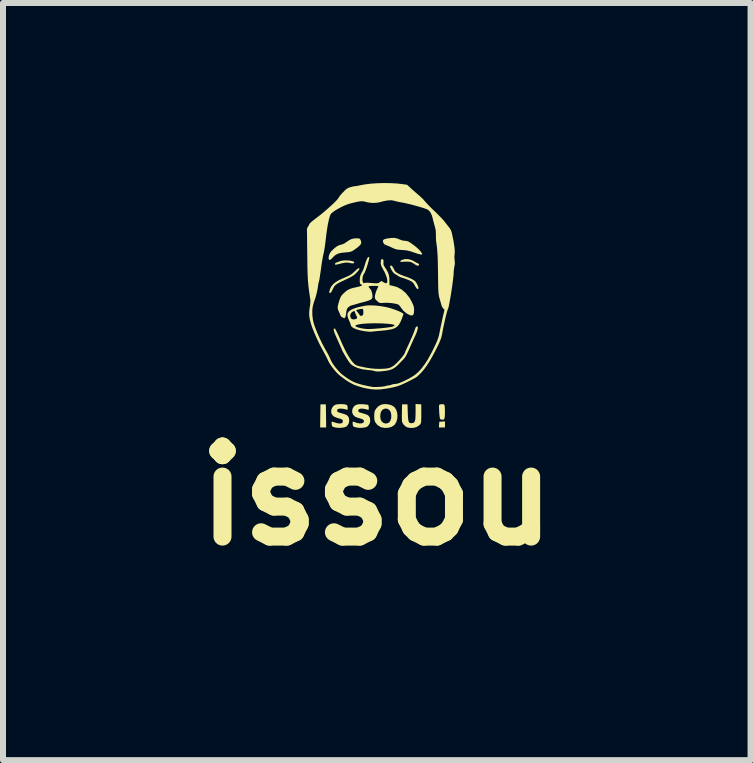
<source format=kicad_pcb>
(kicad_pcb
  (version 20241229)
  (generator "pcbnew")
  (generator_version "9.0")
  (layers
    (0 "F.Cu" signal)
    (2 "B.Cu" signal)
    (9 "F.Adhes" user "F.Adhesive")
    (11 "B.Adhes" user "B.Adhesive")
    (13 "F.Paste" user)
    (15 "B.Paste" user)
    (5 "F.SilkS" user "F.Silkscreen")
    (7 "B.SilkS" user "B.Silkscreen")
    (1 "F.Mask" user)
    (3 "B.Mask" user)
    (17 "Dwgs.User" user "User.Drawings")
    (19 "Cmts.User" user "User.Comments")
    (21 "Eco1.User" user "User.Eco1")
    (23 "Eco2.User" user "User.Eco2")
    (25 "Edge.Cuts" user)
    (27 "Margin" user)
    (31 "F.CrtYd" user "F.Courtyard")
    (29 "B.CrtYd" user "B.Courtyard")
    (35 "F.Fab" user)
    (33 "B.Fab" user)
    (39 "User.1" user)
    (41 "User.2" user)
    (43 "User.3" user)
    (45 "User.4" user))
  (footprint "issou"
    (layer "F.Cu")
    (at 3.315 2.213)
    (property "Reference" "issou" (at -0.086 3 0) (layer "F.SilkS") (effects (font (size 1.5 1.5) (thickness 0.3))))
    (attr board_only exclude_from_pos_files exclude_from_bom)
    (fp_poly (pts (xy -0.932 1.667) (xy -0.93 1.86) (xy -0.98 1.86) (xy -1.03 1.86) (xy -1.028 1.667) (xy -1.025 1.475) (xy -0.98 1.475) (xy -0.935 1.475)) (stroke (width 0) (type solid)) (fill yes) (layer "F.SilkS"))
    (fp_poly (pts (xy 1.05 1.809) (xy 1.05 1.86) (xy 0.999 1.86) (xy 0.949 1.86) (xy 0.952 1.812) (xy 0.955 1.765) (xy 1.002 1.762) (xy 1.05 1.759)) (stroke (width 0) (type solid)) (fill yes) (layer "F.SilkS"))
    (fp_poly (pts (xy -0.568 -0.923) (xy -0.528 -0.919) (xy -0.495 -0.912) (xy -0.471 -0.903) (xy -0.461 -0.891) (xy -0.466 -0.88) (xy -0.48 -0.874) (xy -0.505 -0.875) (xy -0.536 -0.881) (xy -0.562 -0.886) (xy -0.585 -0.888) (xy -0.609 -0.887) (xy -0.639 -0.882) (xy -0.679 -0.873) (xy -0.733 -0.86) (xy -0.755 -0.854) (xy -0.775 -0.853) (xy -0.783 -0.856) (xy -0.783 -0.868) (xy -0.773 -0.882) (xy -0.758 -0.89) (xy -0.756 -0.89) (xy -0.74 -0.894) (xy -0.719 -0.903) (xy -0.69 -0.914) (xy -0.652 -0.921) (xy -0.61 -0.924)) (stroke (width 0) (type solid)) (fill yes) (layer "F.SilkS"))
    (fp_poly (pts (xy 0.442 -0.944) (xy 0.498 -0.928) (xy 0.533 -0.91) (xy 0.563 -0.892) (xy 0.59 -0.879) (xy 0.599 -0.875) (xy 0.616 -0.864) (xy 0.618 -0.852) (xy 0.608 -0.836) (xy 0.587 -0.836) (xy 0.575 -0.842) (xy 0.554 -0.854) (xy 0.527 -0.872) (xy 0.517 -0.878) (xy 0.491 -0.893) (xy 0.465 -0.9) (xy 0.429 -0.903) (xy 0.412 -0.903) (xy 0.375 -0.902) (xy 0.343 -0.901) (xy 0.326 -0.899) (xy 0.308 -0.899) (xy 0.304 -0.907) (xy 0.314 -0.92) (xy 0.337 -0.934) (xy 0.338 -0.934) (xy 0.387 -0.946)) (stroke (width 0) (type solid)) (fill yes) (layer "F.SilkS"))
    (fp_poly (pts (xy 1.02 1.473) (xy 1.032 1.476) (xy 1.04 1.483) (xy 1.044 1.498) (xy 1.047 1.526) (xy 1.048 1.561) (xy 1.049 1.606) (xy 1.048 1.65) (xy 1.046 1.683) (xy 1.045 1.688) (xy 1.04 1.714) (xy 1.032 1.726) (xy 1.015 1.73) (xy 1.005 1.73) (xy 0.977 1.725) (xy 0.966 1.713) (xy 0.963 1.697) (xy 0.959 1.665) (xy 0.955 1.624) (xy 0.953 1.589) (xy 0.951 1.541) (xy 0.95 1.51) (xy 0.951 1.492) (xy 0.956 1.482) (xy 0.963 1.477) (xy 0.971 1.475) (xy 1.001 1.472)) (stroke (width 0) (type solid)) (fill yes) (layer "F.SilkS"))
    (fp_poly (pts (xy -0.382 -1.29) (xy -0.369 -1.282) (xy -0.359 -1.268) (xy -0.355 -1.26) (xy -0.345 -1.231) (xy -0.347 -1.205) (xy -0.364 -1.179) (xy -0.397 -1.148) (xy -0.418 -1.132) (xy -0.459 -1.102) (xy -0.49 -1.082) (xy -0.517 -1.07) (xy -0.545 -1.063) (xy -0.581 -1.059) (xy -0.618 -1.056) (xy -0.683 -1.049) (xy -0.733 -1.036) (xy -0.774 -1.015) (xy -0.81 -0.984) (xy -0.822 -0.97) (xy -0.849 -0.943) (xy -0.868 -0.931) (xy -0.881 -0.935) (xy -0.885 -0.941) (xy -0.89 -0.964) (xy -0.885 -0.998) (xy -0.873 -1.033) (xy -0.854 -1.065) (xy -0.847 -1.074) (xy -0.792 -1.127) (xy -0.744 -1.163) (xy -0.699 -1.182) (xy -0.686 -1.184) (xy -0.633 -1.202) (xy -0.593 -1.229) (xy -0.546 -1.261) (xy -0.504 -1.281) (xy -0.459 -1.29) (xy -0.44 -1.291) (xy -0.404 -1.292)) (stroke (width 0) (type solid)) (fill yes) (layer "F.SilkS"))
    (fp_poly (pts (xy -0.378 -0.792) (xy -0.375 -0.783) (xy -0.383 -0.767) (xy -0.403 -0.742) (xy -0.42 -0.723) (xy -0.446 -0.697) (xy -0.472 -0.675) (xy -0.502 -0.656) (xy -0.542 -0.635) (xy -0.595 -0.609) (xy -0.596 -0.609) (xy -0.66 -0.579) (xy -0.708 -0.556) (xy -0.743 -0.536) (xy -0.769 -0.518) (xy -0.788 -0.5) (xy -0.802 -0.48) (xy -0.814 -0.455) (xy -0.82 -0.444) (xy -0.838 -0.408) (xy -0.854 -0.386) (xy -0.864 -0.38) (xy -0.878 -0.386) (xy -0.88 -0.391) (xy -0.877 -0.406) (xy -0.869 -0.433) (xy -0.863 -0.453) (xy -0.843 -0.492) (xy -0.813 -0.528) (xy -0.77 -0.563) (xy -0.713 -0.597) (xy -0.638 -0.631) (xy -0.593 -0.65) (xy -0.544 -0.672) (xy -0.504 -0.697) (xy -0.464 -0.732) (xy -0.453 -0.743) (xy -0.42 -0.773) (xy -0.399 -0.79) (xy -0.385 -0.795)) (stroke (width 0) (type solid)) (fill yes) (layer "F.SilkS"))
    (fp_poly (pts (xy 0.247 -1.291) (xy 0.287 -1.276) (xy 0.288 -1.275) (xy 0.339 -1.256) (xy 0.383 -1.25) (xy 0.415 -1.247) (xy 0.445 -1.236) (xy 0.481 -1.213) (xy 0.539 -1.171) (xy 0.589 -1.13) (xy 0.629 -1.091) (xy 0.656 -1.058) (xy 0.669 -1.032) (xy 0.67 -1.025) (xy 0.661 -1.021) (xy 0.635 -1.024) (xy 0.593 -1.035) (xy 0.537 -1.055) (xy 0.53 -1.057) (xy 0.473 -1.076) (xy 0.424 -1.088) (xy 0.371 -1.095) (xy 0.335 -1.097) (xy 0.285 -1.101) (xy 0.247 -1.106) (xy 0.216 -1.115) (xy 0.183 -1.129) (xy 0.17 -1.135) (xy 0.132 -1.153) (xy 0.094 -1.169) (xy 0.068 -1.179) (xy 0.039 -1.194) (xy 0.022 -1.218) (xy 0.021 -1.222) (xy 0.015 -1.248) (xy 0.022 -1.266) (xy 0.044 -1.278) (xy 0.082 -1.288) (xy 0.096 -1.29) (xy 0.157 -1.298) (xy 0.206 -1.299)) (stroke (width 0) (type solid)) (fill yes) (layer "F.SilkS"))
    (fp_poly (pts (xy 0.608 1.472) (xy 0.655 1.475) (xy 0.655 1.632) (xy 0.655 1.691) (xy 0.654 1.734) (xy 0.653 1.763) (xy 0.649 1.783) (xy 0.644 1.797) (xy 0.637 1.808) (xy 0.63 1.816) (xy 0.586 1.848) (xy 0.532 1.866) (xy 0.471 1.868) (xy 0.423 1.859) (xy 0.392 1.842) (xy 0.361 1.813) (xy 0.34 1.78) (xy 0.335 1.767) (xy 0.333 1.749) (xy 0.332 1.716) (xy 0.331 1.671) (xy 0.332 1.62) (xy 0.332 1.61) (xy 0.335 1.475) (xy 0.38 1.475) (xy 0.425 1.475) (xy 0.43 1.616) (xy 0.433 1.68) (xy 0.437 1.726) (xy 0.443 1.757) (xy 0.452 1.776) (xy 0.466 1.786) (xy 0.485 1.789) (xy 0.499 1.788) (xy 0.521 1.784) (xy 0.537 1.774) (xy 0.548 1.756) (xy 0.555 1.727) (xy 0.558 1.684) (xy 0.56 1.625) (xy 0.56 1.602) (xy 0.56 1.469)) (stroke (width 0) (type solid)) (fill yes) (layer "F.SilkS"))
    (fp_poly (pts (xy 0.167 -0.831) (xy 0.186 -0.803) (xy 0.196 -0.785) (xy 0.213 -0.751) (xy 0.232 -0.729) (xy 0.26 -0.711) (xy 0.278 -0.701) (xy 0.32 -0.682) (xy 0.366 -0.664) (xy 0.39 -0.656) (xy 0.432 -0.642) (xy 0.477 -0.623) (xy 0.5 -0.612) (xy 0.536 -0.591) (xy 0.561 -0.568) (xy 0.582 -0.535) (xy 0.602 -0.492) (xy 0.609 -0.463) (xy 0.603 -0.447) (xy 0.601 -0.446) (xy 0.589 -0.448) (xy 0.578 -0.458) (xy 0.564 -0.477) (xy 0.547 -0.506) (xy 0.54 -0.518) (xy 0.526 -0.542) (xy 0.509 -0.56) (xy 0.484 -0.577) (xy 0.447 -0.595) (xy 0.407 -0.611) (xy 0.37 -0.625) (xy 0.342 -0.633) (xy 0.34 -0.634) (xy 0.308 -0.644) (xy 0.275 -0.66) (xy 0.27 -0.664) (xy 0.24 -0.683) (xy 0.211 -0.701) (xy 0.207 -0.704) (xy 0.19 -0.72) (xy 0.171 -0.746) (xy 0.153 -0.776) (xy 0.14 -0.804) (xy 0.135 -0.825) (xy 0.136 -0.831) (xy 0.149 -0.84)) (stroke (width 0) (type solid)) (fill yes) (layer "F.SilkS"))
    (fp_poly (pts (xy 0.084 1.472) (xy 0.139 1.483) (xy 0.187 1.506) (xy 0.204 1.518) (xy 0.233 1.557) (xy 0.251 1.606) (xy 0.258 1.662) (xy 0.254 1.719) (xy 0.238 1.771) (xy 0.212 1.814) (xy 0.202 1.823) (xy 0.159 1.85) (xy 0.106 1.865) (xy 0.049 1.868) (xy -0.006 1.859) (xy -0.025 1.851) (xy -0.076 1.819) (xy -0.11 1.776) (xy -0.119 1.757) (xy -0.127 1.724) (xy -0.13 1.681) (xy -0.129 1.679) (xy -0.029 1.679) (xy -0.023 1.721) (xy -0.009 1.755) (xy -0.004 1.761) (xy 0.03 1.787) (xy 0.068 1.795) (xy 0.105 1.785) (xy 0.123 1.773) (xy 0.143 1.742) (xy 0.154 1.701) (xy 0.155 1.654) (xy 0.147 1.61) (xy 0.134 1.582) (xy 0.106 1.556) (xy 0.073 1.545) (xy 0.037 1.549) (xy 0.006 1.568) (xy -0.015 1.597) (xy -0.026 1.635) (xy -0.029 1.679) (xy -0.129 1.679) (xy -0.128 1.635) (xy -0.123 1.596) (xy -0.119 1.583) (xy -0.096 1.544) (xy -0.061 1.508) (xy -0.023 1.484) (xy 0.027 1.471)) (stroke (width 0) (type solid)) (fill yes) (layer "F.SilkS"))
    (fp_poly (pts (xy -0.633 1.473) (xy -0.61 1.477) (xy -0.588 1.485) (xy -0.577 1.497) (xy -0.573 1.52) (xy -0.572 1.529) (xy -0.572 1.556) (xy -0.576 1.566) (xy -0.579 1.566) (xy -0.594 1.561) (xy -0.621 1.554) (xy -0.643 1.55) (xy -0.691 1.545) (xy -0.725 1.549) (xy -0.745 1.563) (xy -0.748 1.582) (xy -0.743 1.595) (xy -0.73 1.605) (xy -0.704 1.615) (xy -0.675 1.623) (xy -0.625 1.638) (xy -0.591 1.652) (xy -0.568 1.67) (xy -0.555 1.693) (xy -0.55 1.707) (xy -0.545 1.753) (xy -0.556 1.797) (xy -0.581 1.833) (xy -0.591 1.843) (xy -0.621 1.856) (xy -0.664 1.864) (xy -0.713 1.867) (xy -0.762 1.863) (xy -0.79 1.857) (xy -0.817 1.849) (xy -0.831 1.838) (xy -0.836 1.82) (xy -0.838 1.801) (xy -0.839 1.774) (xy -0.836 1.763) (xy -0.827 1.764) (xy -0.823 1.765) (xy -0.803 1.772) (xy -0.773 1.781) (xy -0.754 1.787) (xy -0.707 1.795) (xy -0.674 1.791) (xy -0.655 1.776) (xy -0.652 1.753) (xy -0.656 1.737) (xy -0.665 1.727) (xy -0.686 1.718) (xy -0.72 1.708) (xy -0.758 1.696) (xy -0.791 1.682) (xy -0.809 1.672) (xy -0.836 1.641) (xy -0.847 1.602) (xy -0.843 1.56) (xy -0.824 1.521) (xy -0.81 1.505) (xy -0.79 1.488) (xy -0.768 1.479) (xy -0.739 1.474) (xy -0.712 1.472) (xy -0.671 1.471)) (stroke (width 0) (type solid)) (fill yes) (layer "F.SilkS"))
    (fp_poly (pts (xy -0.319 1.473) (xy -0.281 1.476) (xy -0.25 1.48) (xy -0.232 1.484) (xy -0.231 1.485) (xy -0.224 1.498) (xy -0.22 1.523) (xy -0.22 1.532) (xy -0.221 1.557) (xy -0.226 1.567) (xy -0.237 1.565) (xy -0.237 1.565) (xy -0.275 1.554) (xy -0.317 1.547) (xy -0.354 1.547) (xy -0.366 1.549) (xy -0.388 1.559) (xy -0.395 1.578) (xy -0.395 1.58) (xy -0.393 1.594) (xy -0.384 1.603) (xy -0.364 1.612) (xy -0.329 1.622) (xy -0.325 1.623) (xy -0.275 1.638) (xy -0.241 1.652) (xy -0.219 1.67) (xy -0.205 1.693) (xy -0.2 1.707) (xy -0.195 1.753) (xy -0.206 1.797) (xy -0.231 1.833) (xy -0.241 1.843) (xy -0.271 1.856) (xy -0.314 1.864) (xy -0.363 1.867) (xy -0.412 1.863) (xy -0.44 1.857) (xy -0.467 1.849) (xy -0.481 1.838) (xy -0.486 1.82) (xy -0.488 1.801) (xy -0.489 1.774) (xy -0.486 1.763) (xy -0.477 1.764) (xy -0.473 1.765) (xy -0.42 1.784) (xy -0.373 1.793) (xy -0.336 1.792) (xy -0.311 1.781) (xy -0.3 1.76) (xy -0.3 1.756) (xy -0.304 1.74) (xy -0.317 1.728) (xy -0.342 1.716) (xy -0.383 1.704) (xy -0.402 1.699) (xy -0.449 1.68) (xy -0.481 1.649) (xy -0.497 1.61) (xy -0.495 1.565) (xy -0.485 1.537) (xy -0.463 1.504) (xy -0.43 1.483) (xy -0.386 1.473) (xy -0.326 1.472)) (stroke (width 0) (type solid)) (fill yes) (layer "F.SilkS"))
    (fp_poly (pts (xy 0.596 0.184) (xy 0.597 0.206) (xy 0.589 0.241) (xy 0.575 0.284) (xy 0.555 0.33) (xy 0.55 0.34) (xy 0.536 0.369) (xy 0.517 0.412) (xy 0.494 0.463) (xy 0.47 0.518) (xy 0.461 0.538) (xy 0.433 0.6) (xy 0.41 0.648) (xy 0.39 0.683) (xy 0.37 0.71) (xy 0.358 0.724) (xy 0.325 0.757) (xy 0.289 0.794) (xy 0.273 0.812) (xy 0.224 0.856) (xy 0.174 0.887) (xy 0.115 0.907) (xy 0.043 0.919) (xy 0.039 0.919) (xy -0.017 0.925) (xy -0.057 0.927) (xy -0.086 0.927) (xy -0.108 0.924) (xy -0.128 0.919) (xy -0.13 0.918) (xy -0.153 0.912) (xy -0.188 0.907) (xy -0.22 0.904) (xy -0.32 0.892) (xy -0.405 0.869) (xy -0.465 0.842) (xy -0.491 0.827) (xy -0.512 0.811) (xy -0.531 0.792) (xy -0.551 0.765) (xy -0.577 0.725) (xy -0.59 0.704) (xy -0.616 0.661) (xy -0.638 0.623) (xy -0.654 0.594) (xy -0.663 0.578) (xy -0.663 0.578) (xy -0.667 0.567) (xy -0.672 0.553) (xy -0.68 0.535) (xy -0.692 0.509) (xy -0.708 0.473) (xy -0.73 0.423) (xy -0.755 0.368) (xy -0.781 0.308) (xy -0.797 0.264) (xy -0.804 0.234) (xy -0.803 0.217) (xy -0.793 0.21) (xy -0.79 0.21) (xy -0.781 0.217) (xy -0.768 0.238) (xy -0.749 0.275) (xy -0.724 0.328) (xy -0.693 0.398) (xy -0.666 0.46) (xy -0.627 0.544) (xy -0.587 0.622) (xy -0.547 0.69) (xy -0.509 0.746) (xy -0.48 0.781) (xy -0.458 0.803) (xy -0.438 0.818) (xy -0.415 0.829) (xy -0.384 0.838) (xy -0.34 0.848) (xy -0.256 0.865) (xy -0.183 0.876) (xy -0.113 0.882) (xy -0.04 0.884) (xy -0.009 0.883) (xy 0.056 0.88) (xy 0.109 0.872) (xy 0.154 0.856) (xy 0.196 0.83) (xy 0.24 0.792) (xy 0.289 0.741) (xy 0.322 0.703) (xy 0.351 0.667) (xy 0.372 0.637) (xy 0.381 0.618) (xy 0.391 0.591) (xy 0.407 0.555) (xy 0.421 0.525) (xy 0.455 0.452) (xy 0.485 0.384) (xy 0.512 0.323) (xy 0.532 0.272) (xy 0.546 0.235) (xy 0.549 0.224) (xy 0.56 0.195) (xy 0.574 0.178) (xy 0.588 0.174)) (stroke (width 0) (type solid)) (fill yes) (layer "F.SilkS"))
    (fp_poly (pts (xy -0.147 -0.174) (xy -0.074 -0.168) (xy 0.002 -0.158) (xy 0.076 -0.144) (xy 0.119 -0.134) (xy 0.174 -0.117) (xy 0.226 -0.099) (xy 0.274 -0.08) (xy 0.314 -0.061) (xy 0.343 -0.045) (xy 0.357 -0.032) (xy 0.358 -0.028) (xy 0.352 -0.012) (xy 0.342 0.016) (xy 0.33 0.051) (xy 0.329 0.054) (xy 0.309 0.1) (xy 0.285 0.142) (xy 0.269 0.164) (xy 0.245 0.186) (xy 0.216 0.204) (xy 0.179 0.219) (xy 0.131 0.23) (xy 0.069 0.24) (xy -0.01 0.248) (xy -0.03 0.25) (xy -0.081 0.254) (xy -0.127 0.259) (xy -0.162 0.262) (xy -0.183 0.265) (xy -0.185 0.265) (xy -0.204 0.265) (xy -0.236 0.262) (xy -0.277 0.258) (xy -0.295 0.255) (xy -0.365 0.242) (xy -0.424 0.225) (xy -0.471 0.205) (xy -0.504 0.183) (xy -0.514 0.168) (xy -0.443 0.168) (xy -0.432 0.18) (xy -0.403 0.192) (xy -0.358 0.204) (xy -0.315 0.212) (xy -0.283 0.216) (xy -0.252 0.219) (xy -0.217 0.22) (xy -0.175 0.218) (xy -0.122 0.215) (xy -0.053 0.209) (xy -0.045 0.209) (xy 0.017 0.203) (xy 0.074 0.197) (xy 0.122 0.19) (xy 0.158 0.185) (xy 0.177 0.18) (xy 0.199 0.17) (xy 0.21 0.161) (xy 0.21 0.16) (xy 0.2 0.15) (xy 0.174 0.142) (xy 0.133 0.136) (xy 0.081 0.131) (xy 0.02 0.127) (xy -0.047 0.125) (xy -0.117 0.124) (xy -0.187 0.125) (xy -0.254 0.128) (xy -0.315 0.132) (xy -0.368 0.139) (xy -0.408 0.147) (xy -0.435 0.157) (xy -0.443 0.168) (xy -0.514 0.168) (xy -0.519 0.16) (xy -0.52 0.153) (xy -0.524 0.136) (xy -0.534 0.109) (xy -0.544 0.087) (xy -0.564 0.04) (xy -0.574 0.004) (xy -0.574 0.004) (xy -0.53 0.004) (xy -0.518 0.039) (xy -0.518 0.04) (xy -0.498 0.055) (xy -0.469 0.06) (xy -0.438 0.054) (xy -0.426 0.047) (xy -0.415 0.038) (xy -0.414 0.027) (xy -0.421 0.009) (xy -0.429 -0.008) (xy -0.442 -0.036) (xy -0.449 -0.059) (xy -0.45 -0.065) (xy -0.456 -0.078) (xy -0.474 -0.077) (xy -0.5 -0.062) (xy -0.504 -0.059) (xy -0.525 -0.031) (xy -0.53 0.004) (xy -0.574 0.004) (xy -0.575 -0.025) (xy -0.569 -0.048) (xy -0.549 -0.076) (xy -0.524 -0.094) (xy -0.429 -0.094) (xy -0.425 -0.085) (xy -0.411 -0.067) (xy -0.401 -0.055) (xy -0.383 -0.032) (xy -0.372 -0.014) (xy -0.37 -0.01) (xy -0.362 -0.001) (xy -0.345 -0.000381) (xy -0.327 -0.006) (xy -0.316 -0.016) (xy -0.311 -0.04) (xy -0.31 -0.069) (xy -0.313 -0.097) (xy -0.319 -0.114) (xy -0.321 -0.115) (xy -0.335 -0.116) (xy -0.36 -0.113) (xy -0.389 -0.107) (xy -0.415 -0.1) (xy -0.429 -0.094) (xy -0.524 -0.094) (xy -0.51 -0.103) (xy -0.452 -0.128) (xy -0.377 -0.149) (xy -0.285 -0.168) (xy -0.265 -0.171) (xy -0.213 -0.175)) (stroke (width 0) (type solid)) (fill yes) (layer "F.SilkS"))
    (fp_poly (pts (xy -0.213 -0.976) (xy -0.212 -0.963) (xy -0.217 -0.936) (xy -0.227 -0.899) (xy -0.239 -0.856) (xy -0.253 -0.812) (xy -0.268 -0.771) (xy -0.281 -0.736) (xy -0.292 -0.713) (xy -0.295 -0.709) (xy -0.311 -0.682) (xy -0.321 -0.649) (xy -0.325 -0.615) (xy -0.324 -0.583) (xy -0.318 -0.558) (xy -0.306 -0.545) (xy -0.292 -0.546) (xy -0.28 -0.55) (xy -0.263 -0.552) (xy -0.236 -0.552) (xy -0.198 -0.549) (xy -0.143 -0.545) (xy -0.136 -0.544) (xy -0.098 -0.542) (xy -0.072 -0.543) (xy -0.054 -0.55) (xy -0.038 -0.56) (xy -0.009 -0.581) (xy 0.026 -0.56) (xy 0.051 -0.547) (xy 0.071 -0.543) (xy 0.075 -0.544) (xy 0.087 -0.558) (xy 0.089 -0.586) (xy 0.083 -0.625) (xy 0.068 -0.672) (xy 0.047 -0.722) (xy 0.02 -0.773) (xy 0.02 -0.773) (xy -0.002 -0.813) (xy -0.015 -0.844) (xy -0.02 -0.874) (xy -0.02 -0.889) (xy -0.017 -0.926) (xy -0.008 -0.945) (xy 0.008 -0.945) (xy 0.016 -0.939) (xy 0.026 -0.922) (xy 0.025 -0.892) (xy 0.025 -0.89) (xy 0.024 -0.859) (xy 0.035 -0.831) (xy 0.042 -0.82) (xy 0.078 -0.764) (xy 0.102 -0.717) (xy 0.116 -0.673) (xy 0.123 -0.627) (xy 0.124 -0.593) (xy 0.125 -0.511) (xy 0.165 -0.504) (xy 0.251 -0.48) (xy 0.329 -0.438) (xy 0.398 -0.378) (xy 0.458 -0.302) (xy 0.492 -0.242) (xy 0.513 -0.198) (xy 0.526 -0.165) (xy 0.533 -0.135) (xy 0.535 -0.104) (xy 0.535 -0.095) (xy 0.532 -0.048) (xy 0.522 -0.019) (xy 0.503 -0.006) (xy 0.475 -0.009) (xy 0.434 -0.027) (xy 0.407 -0.043) (xy 0.362 -0.08) (xy 0.325 -0.125) (xy 0.304 -0.155) (xy 0.285 -0.178) (xy 0.273 -0.188) (xy 0.244 -0.198) (xy 0.202 -0.206) (xy 0.151 -0.213) (xy 0.099 -0.217) (xy 0.051 -0.218) (xy 0.029 -0.217) (xy -0.008 -0.214) (xy -0.032 -0.215) (xy -0.049 -0.222) (xy -0.068 -0.235) (xy -0.082 -0.248) (xy -0.105 -0.27) (xy -0.116 -0.288) (xy -0.119 -0.308) (xy -0.118 -0.331) (xy -0.11 -0.368) (xy -0.097 -0.41) (xy -0.087 -0.433) (xy -0.072 -0.463) (xy -0.063 -0.485) (xy -0.06 -0.493) (xy -0.069 -0.497) (xy -0.092 -0.499) (xy -0.124 -0.5) (xy -0.158 -0.499) (xy -0.189 -0.498) (xy -0.211 -0.495) (xy -0.215 -0.494) (xy -0.223 -0.488) (xy -0.22 -0.477) (xy -0.203 -0.458) (xy -0.202 -0.456) (xy -0.18 -0.426) (xy -0.167 -0.388) (xy -0.162 -0.365) (xy -0.158 -0.332) (xy -0.159 -0.307) (xy -0.168 -0.287) (xy -0.187 -0.27) (xy -0.218 -0.256) (xy -0.264 -0.241) (xy -0.327 -0.224) (xy -0.34 -0.221) (xy -0.378 -0.211) (xy -0.421 -0.198) (xy -0.435 -0.194) (xy -0.469 -0.184) (xy -0.499 -0.176) (xy -0.51 -0.173) (xy -0.535 -0.162) (xy -0.56 -0.144) (xy -0.562 -0.143) (xy -0.578 -0.124) (xy -0.588 -0.101) (xy -0.594 -0.066) (xy -0.596 -0.051) (xy -0.603 -0.002) (xy -0.614 0.029) (xy -0.627 0.04) (xy -0.629 0.04) (xy -0.641 0.035) (xy -0.662 0.024) (xy -0.662 0.024) (xy -0.682 0.011) (xy -0.69 -0.001) (xy -0.69 -0.001) (xy -0.694 -0.016) (xy -0.705 -0.041) (xy -0.715 -0.062) (xy -0.73 -0.094) (xy -0.737 -0.121) (xy -0.738 -0.15) (xy -0.731 -0.185) (xy -0.718 -0.232) (xy -0.714 -0.246) (xy -0.699 -0.289) (xy -0.685 -0.321) (xy -0.667 -0.346) (xy -0.641 -0.373) (xy -0.634 -0.38) (xy -0.599 -0.411) (xy -0.565 -0.434) (xy -0.528 -0.451) (xy -0.482 -0.465) (xy -0.422 -0.478) (xy -0.374 -0.49) (xy -0.343 -0.501) (xy -0.332 -0.512) (xy -0.34 -0.521) (xy -0.349 -0.525) (xy -0.361 -0.531) (xy -0.367 -0.543) (xy -0.37 -0.567) (xy -0.37 -0.596) (xy -0.368 -0.638) (xy -0.36 -0.673) (xy -0.344 -0.71) (xy -0.321 -0.75) (xy -0.314 -0.765) (xy -0.303 -0.795) (xy -0.29 -0.835) (xy -0.28 -0.868) (xy -0.261 -0.924) (xy -0.245 -0.96) (xy -0.23 -0.979) (xy -0.216 -0.979)) (stroke (width 0) (type solid)) (fill yes) (layer "F.SilkS"))
    (fp_poly (pts (xy 0.15 -2.211) (xy 0.253 -2.205) (xy 0.317 -2.198) (xy 0.419 -2.184) (xy 0.477 -2.13) (xy 0.515 -2.096) (xy 0.559 -2.057) (xy 0.601 -2.021) (xy 0.606 -2.017) (xy 0.644 -1.983) (xy 0.683 -1.946) (xy 0.713 -1.912) (xy 0.718 -1.906) (xy 0.741 -1.88) (xy 0.774 -1.845) (xy 0.814 -1.804) (xy 0.858 -1.761) (xy 0.881 -1.74) (xy 0.925 -1.697) (xy 0.968 -1.653) (xy 1.006 -1.614) (xy 1.034 -1.582) (xy 1.043 -1.57) (xy 1.071 -1.534) (xy 1.1 -1.497) (xy 1.119 -1.474) (xy 1.138 -1.447) (xy 1.153 -1.417) (xy 1.165 -1.378) (xy 1.172 -1.344) (xy 1.193 -1.241) (xy 1.206 -1.157) (xy 1.213 -1.09) (xy 1.212 -1.041) (xy 1.21 -1.023) (xy 1.207 -0.994) (xy 1.208 -0.955) (xy 1.211 -0.925) (xy 1.215 -0.872) (xy 1.21 -0.836) (xy 1.209 -0.833) (xy 1.204 -0.81) (xy 1.199 -0.774) (xy 1.195 -0.731) (xy 1.195 -0.715) (xy 1.192 -0.675) (xy 1.186 -0.624) (xy 1.179 -0.563) (xy 1.17 -0.496) (xy 1.16 -0.426) (xy 1.149 -0.357) (xy 1.138 -0.291) (xy 1.127 -0.231) (xy 1.117 -0.18) (xy 1.109 -0.142) (xy 1.102 -0.119) (xy 1.1 -0.115) (xy 1.094 -0.1) (xy 1.084 -0.07) (xy 1.073 -0.027) (xy 1.06 0.024) (xy 1.047 0.081) (xy 1.034 0.139) (xy 1.022 0.196) (xy 1.012 0.247) (xy 1.006 0.281) (xy 0.997 0.326) (xy 0.987 0.366) (xy 0.972 0.407) (xy 0.952 0.455) (xy 0.93 0.501) (xy 0.878 0.604) (xy 0.831 0.691) (xy 0.788 0.765) (xy 0.747 0.829) (xy 0.706 0.885) (xy 0.663 0.936) (xy 0.651 0.949) (xy 0.62 0.981) (xy 0.591 1.008) (xy 0.567 1.026) (xy 0.562 1.029) (xy 0.48 1.073) (xy 0.411 1.108) (xy 0.353 1.135) (xy 0.302 1.157) (xy 0.254 1.174) (xy 0.206 1.187) (xy 0.155 1.198) (xy 0.096 1.209) (xy 0.051 1.216) (xy -0.032 1.226) (xy -0.105 1.228) (xy -0.178 1.223) (xy -0.225 1.215) (xy -0.263 1.209) (xy -0.295 1.202) (xy -0.315 1.198) (xy -0.334 1.192) (xy -0.366 1.182) (xy -0.404 1.171) (xy -0.41 1.169) (xy -0.475 1.144) (xy -0.548 1.105) (xy -0.624 1.055) (xy -0.7 0.997) (xy -0.705 0.993) (xy -0.748 0.953) (xy -0.793 0.903) (xy -0.835 0.849) (xy -0.871 0.796) (xy -0.895 0.751) (xy -0.896 0.75) (xy -0.904 0.731) (xy -0.913 0.712) (xy -0.924 0.689) (xy -0.939 0.661) (xy -0.959 0.624) (xy -0.986 0.574) (xy -1.016 0.519) (xy -1.045 0.462) (xy -1.076 0.397) (xy -1.108 0.327) (xy -1.137 0.258) (xy -1.162 0.195) (xy -1.18 0.142) (xy -1.186 0.122) (xy -1.203 0.055) (xy -1.212 -0.001) (xy -1.213 -0.054) (xy -1.213 -0.061) (xy -1.161 -0.061) (xy -1.16 -0.01) (xy -1.154 0.044) (xy -1.146 0.09) (xy -1.145 0.093) (xy -1.129 0.151) (xy -1.104 0.22) (xy -1.072 0.298) (xy -1.036 0.379) (xy -0.998 0.458) (xy -0.959 0.532) (xy -0.932 0.58) (xy -0.908 0.622) (xy -0.885 0.666) (xy -0.869 0.7) (xy -0.854 0.735) (xy -0.838 0.766) (xy -0.83 0.781) (xy -0.803 0.822) (xy -0.768 0.868) (xy -0.73 0.912) (xy -0.694 0.95) (xy -0.67 0.972) (xy -0.609 1.018) (xy -0.554 1.056) (xy -0.501 1.087) (xy -0.448 1.112) (xy -0.389 1.132) (xy -0.321 1.151) (xy -0.24 1.169) (xy -0.16 1.184) (xy -0.135 1.186) (xy -0.098 1.186) (xy -0.055 1.184) (xy -0.011 1.181) (xy 0.026 1.177) (xy 0.053 1.172) (xy 0.061 1.17) (xy 0.085 1.162) (xy 0.105 1.16) (xy 0.134 1.156) (xy 0.153 1.149) (xy 0.176 1.141) (xy 0.208 1.136) (xy 0.22 1.135) (xy 0.257 1.13) (xy 0.304 1.114) (xy 0.363 1.089) (xy 0.436 1.052) (xy 0.483 1.027) (xy 0.544 0.988) (xy 0.601 0.94) (xy 0.656 0.881) (xy 0.71 0.81) (xy 0.765 0.725) (xy 0.821 0.624) (xy 0.88 0.504) (xy 0.882 0.501) (xy 0.911 0.437) (xy 0.932 0.383) (xy 0.948 0.332) (xy 0.96 0.276) (xy 0.961 0.271) (xy 0.971 0.218) (xy 0.985 0.154) (xy 0.999 0.087) (xy 1.011 0.032) (xy 1.042 -0.102) (xy 1.021 -0.121) (xy 1.006 -0.143) (xy 0.992 -0.174) (xy 0.99 -0.183) (xy 0.981 -0.215) (xy 0.969 -0.256) (xy 0.958 -0.295) (xy 0.952 -0.316) (xy 0.948 -0.338) (xy 0.944 -0.362) (xy 0.941 -0.392) (xy 0.939 -0.431) (xy 0.937 -0.48) (xy 0.936 -0.541) (xy 0.935 -0.619) (xy 0.934 -0.695) (xy 0.932 -0.812) (xy 0.93 -0.912) (xy 0.927 -0.997) (xy 0.922 -1.07) (xy 0.917 -1.133) (xy 0.91 -1.191) (xy 0.903 -1.24) (xy 0.9 -1.268) (xy 0.899 -1.307) (xy 0.899 -1.349) (xy 0.899 -1.35) (xy 0.895 -1.429) (xy 0.879 -1.495) (xy 0.867 -1.539) (xy 0.855 -1.583) (xy 0.848 -1.614) (xy 0.83 -1.678) (xy 0.804 -1.73) (xy 0.771 -1.764) (xy 0.767 -1.767) (xy 0.746 -1.777) (xy 0.708 -1.791) (xy 0.658 -1.807) (xy 0.6 -1.824) (xy 0.538 -1.841) (xy 0.474 -1.858) (xy 0.414 -1.872) (xy 0.36 -1.884) (xy 0.326 -1.89) (xy 0.282 -1.898) (xy 0.24 -1.907) (xy 0.208 -1.916) (xy 0.206 -1.917) (xy 0.157 -1.926) (xy 0.095 -1.923) (xy 0.024 -1.91) (xy -0.014 -1.899) (xy -0.081 -1.885) (xy -0.153 -1.881) (xy -0.223 -1.888) (xy -0.254 -1.895) (xy -0.284 -1.903) (xy -0.311 -1.908) (xy -0.339 -1.91) (xy -0.372 -1.907) (xy -0.413 -1.9) (xy -0.465 -1.888) (xy -0.525 -1.873) (xy -0.574 -1.858) (xy -0.629 -1.836) (xy -0.685 -1.809) (xy -0.739 -1.78) (xy -0.788 -1.75) (xy -0.826 -1.722) (xy -0.852 -1.698) (xy -0.857 -1.689) (xy -0.872 -1.65) (xy -0.887 -1.593) (xy -0.902 -1.521) (xy -0.916 -1.437) (xy -0.929 -1.341) (xy -0.94 -1.245) (xy -0.947 -1.188) (xy -0.956 -1.129) (xy -0.965 -1.075) (xy -0.972 -1.045) (xy -0.981 -1.004) (xy -0.991 -0.95) (xy -1.001 -0.889) (xy -1.01 -0.829) (xy -1.01 -0.825) (xy -1.023 -0.735) (xy -1.034 -0.663) (xy -1.042 -0.609) (xy -1.049 -0.575) (xy -1.054 -0.562) (xy -1.057 -0.549) (xy -1.062 -0.521) (xy -1.068 -0.483) (xy -1.07 -0.469) (xy -1.078 -0.422) (xy -1.091 -0.364) (xy -1.108 -0.303) (xy -1.121 -0.266) (xy -1.139 -0.211) (xy -1.15 -0.169) (xy -1.157 -0.133) (xy -1.161 -0.097) (xy -1.161 -0.061) (xy -1.213 -0.061) (xy -1.208 -0.11) (xy -1.204 -0.139) (xy -1.197 -0.184) (xy -1.194 -0.227) (xy -1.193 -0.259) (xy -1.194 -0.269) (xy -1.206 -0.349) (xy -1.216 -0.42) (xy -1.224 -0.484) (xy -1.23 -0.545) (xy -1.235 -0.608) (xy -1.238 -0.674) (xy -1.241 -0.747) (xy -1.243 -0.832) (xy -1.244 -0.93) (xy -1.245 -1.005) (xy -1.246 -1.093) (xy -1.247 -1.175) (xy -1.248 -1.25) (xy -1.248 -1.315) (xy -1.249 -1.368) (xy -1.25 -1.406) (xy -1.25 -1.426) (xy -1.251 -1.428) (xy -1.248 -1.456) (xy -1.238 -1.478) (xy -1.223 -1.5) (xy -1.213 -1.522) (xy -1.207 -1.533) (xy -1.198 -1.545) (xy -1.185 -1.558) (xy -1.164 -1.576) (xy -1.132 -1.601) (xy -1.088 -1.635) (xy -1.075 -1.645) (xy -1.024 -1.684) (xy -0.971 -1.728) (xy -0.917 -1.774) (xy -0.865 -1.821) (xy -0.817 -1.864) (xy -0.777 -1.904) (xy -0.746 -1.936) (xy -0.728 -1.959) (xy -0.725 -1.965) (xy -0.712 -1.986) (xy -0.689 -2.015) (xy -0.66 -2.048) (xy -0.647 -2.061) (xy -0.612 -2.096) (xy -0.584 -2.119) (xy -0.556 -2.134) (xy -0.527 -2.144) (xy -0.493 -2.153) (xy -0.464 -2.159) (xy -0.452 -2.16) (xy -0.432 -2.162) (xy -0.399 -2.168) (xy -0.366 -2.175) (xy -0.281 -2.191) (xy -0.181 -2.203) (xy -0.073 -2.21) (xy 0.039 -2.213)) (stroke (width 0) (type solid)) (fill yes) (layer "F.SilkS")))
  (gr_rect
    (start -3 -3)
    (end 9.457 9.617)
    (stroke (width 0.1) (type default))
    (fill no)
    (layer "Edge.Cuts")))
</source>
